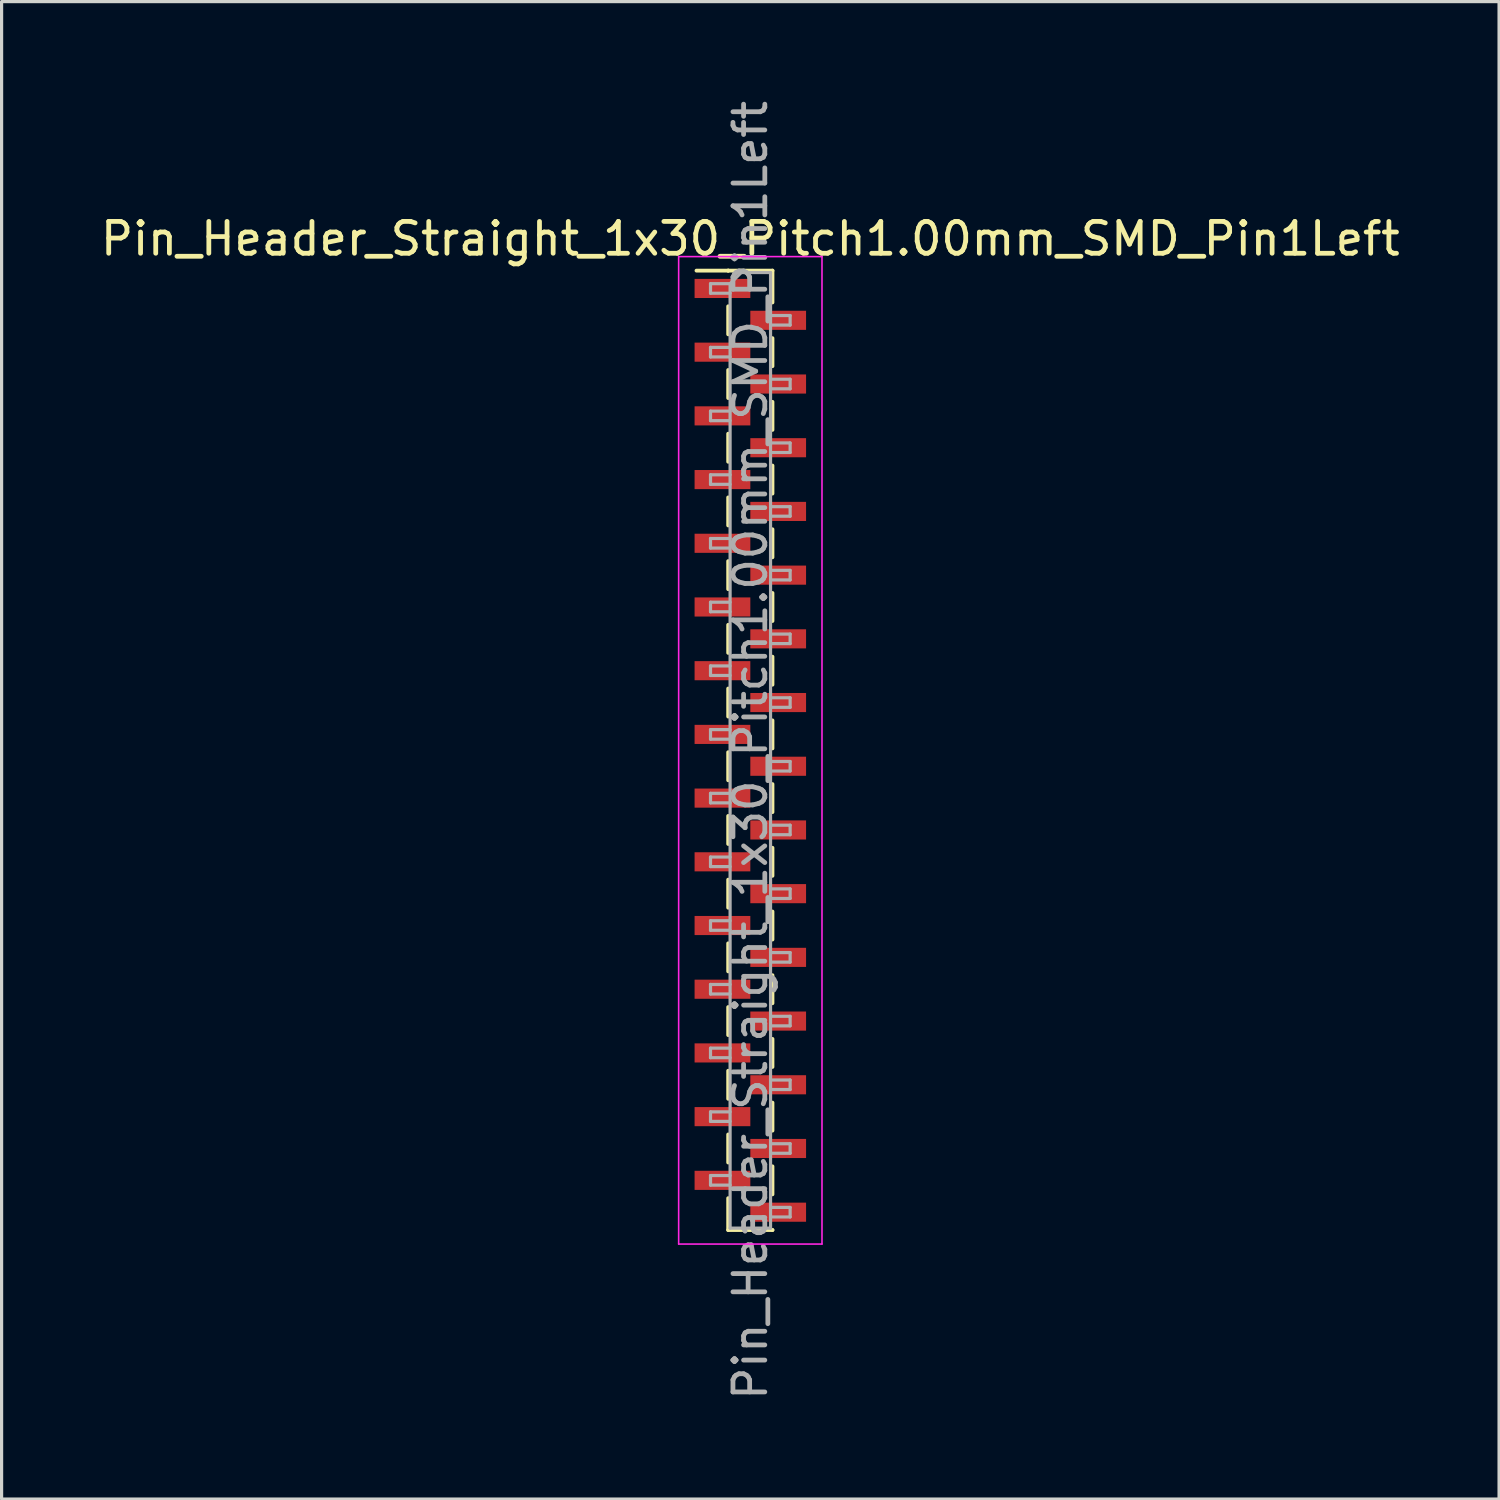
<source format=kicad_pcb>
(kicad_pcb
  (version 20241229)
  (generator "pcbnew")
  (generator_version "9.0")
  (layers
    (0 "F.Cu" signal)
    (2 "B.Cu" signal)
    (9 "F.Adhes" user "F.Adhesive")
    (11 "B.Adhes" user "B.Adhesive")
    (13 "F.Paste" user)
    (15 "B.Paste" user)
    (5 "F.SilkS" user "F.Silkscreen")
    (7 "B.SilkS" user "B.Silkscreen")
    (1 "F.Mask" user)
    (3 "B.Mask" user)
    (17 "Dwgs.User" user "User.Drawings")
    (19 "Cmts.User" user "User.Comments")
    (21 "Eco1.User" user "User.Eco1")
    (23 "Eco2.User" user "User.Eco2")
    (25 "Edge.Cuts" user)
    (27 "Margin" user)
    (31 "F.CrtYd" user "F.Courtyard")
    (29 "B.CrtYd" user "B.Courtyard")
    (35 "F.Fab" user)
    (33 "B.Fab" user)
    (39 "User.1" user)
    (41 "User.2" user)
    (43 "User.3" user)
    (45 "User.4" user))
  (footprint "Pin_Header_Straight_1x30_Pitch1.00mm_SMD_Pin1Left"
    (layer "F.Cu")
    (at 20.506 20.506)
    (property "Reference" "Pin_Header_Straight_1x30_Pitch1.00mm_SMD_Pin1Left" (at 0 -16.06 0) (layer "F.SilkS") (effects (font (size 1 1) (thickness 0.15))))
    (attr smd)
    (fp_line (start -0.695 -15.06) (end -1.69 -15.06) (stroke (width 0.12) (type solid)) (layer "F.SilkS"))
    (fp_line (start -0.695 -15.06) (end -0.695 -15.06) (stroke (width 0.12) (type solid)) (layer "F.SilkS"))
    (fp_line (start -0.695 -15.06) (end 0.695 -15.06) (stroke (width 0.12) (type solid)) (layer "F.SilkS"))
    (fp_line (start -0.695 -13.94) (end -0.695 -13.06) (stroke (width 0.12) (type solid)) (layer "F.SilkS"))
    (fp_line (start -0.695 -11.94) (end -0.695 -11.06) (stroke (width 0.12) (type solid)) (layer "F.SilkS"))
    (fp_line (start -0.695 -9.94) (end -0.695 -9.06) (stroke (width 0.12) (type solid)) (layer "F.SilkS"))
    (fp_line (start -0.695 -7.94) (end -0.695 -7.06) (stroke (width 0.12) (type solid)) (layer "F.SilkS"))
    (fp_line (start -0.695 -5.94) (end -0.695 -5.06) (stroke (width 0.12) (type solid)) (layer "F.SilkS"))
    (fp_line (start -0.695 -3.94) (end -0.695 -3.06) (stroke (width 0.12) (type solid)) (layer "F.SilkS"))
    (fp_line (start -0.695 -1.94) (end -0.695 -1.06) (stroke (width 0.12) (type solid)) (layer "F.SilkS"))
    (fp_line (start -0.695 0.06) (end -0.695 0.94) (stroke (width 0.12) (type solid)) (layer "F.SilkS"))
    (fp_line (start -0.695 2.06) (end -0.695 2.94) (stroke (width 0.12) (type solid)) (layer "F.SilkS"))
    (fp_line (start -0.695 4.06) (end -0.695 4.94) (stroke (width 0.12) (type solid)) (layer "F.SilkS"))
    (fp_line (start -0.695 6.06) (end -0.695 6.94) (stroke (width 0.12) (type solid)) (layer "F.SilkS"))
    (fp_line (start -0.695 8.06) (end -0.695 8.94) (stroke (width 0.12) (type solid)) (layer "F.SilkS"))
    (fp_line (start -0.695 10.06) (end -0.695 10.94) (stroke (width 0.12) (type solid)) (layer "F.SilkS"))
    (fp_line (start -0.695 12.06) (end -0.695 12.94) (stroke (width 0.12) (type solid)) (layer "F.SilkS"))
    (fp_line (start -0.695 14.06) (end -0.695 15.06) (stroke (width 0.12) (type solid)) (layer "F.SilkS"))
    (fp_line (start -0.695 15.06) (end 0.695 15.06) (stroke (width 0.12) (type solid)) (layer "F.SilkS"))
    (fp_line (start 0.695 -15.06) (end 0.695 -14.06) (stroke (width 0.12) (type solid)) (layer "F.SilkS"))
    (fp_line (start 0.695 -12.94) (end 0.695 -12.06) (stroke (width 0.12) (type solid)) (layer "F.SilkS"))
    (fp_line (start 0.695 -10.94) (end 0.695 -10.06) (stroke (width 0.12) (type solid)) (layer "F.SilkS"))
    (fp_line (start 0.695 -8.94) (end 0.695 -8.06) (stroke (width 0.12) (type solid)) (layer "F.SilkS"))
    (fp_line (start 0.695 -6.94) (end 0.695 -6.06) (stroke (width 0.12) (type solid)) (layer "F.SilkS"))
    (fp_line (start 0.695 -4.94) (end 0.695 -4.06) (stroke (width 0.12) (type solid)) (layer "F.SilkS"))
    (fp_line (start 0.695 -2.94) (end 0.695 -2.06) (stroke (width 0.12) (type solid)) (layer "F.SilkS"))
    (fp_line (start 0.695 -0.94) (end 0.695 -0.06) (stroke (width 0.12) (type solid)) (layer "F.SilkS"))
    (fp_line (start 0.695 1.06) (end 0.695 1.94) (stroke (width 0.12) (type solid)) (layer "F.SilkS"))
    (fp_line (start 0.695 3.06) (end 0.695 3.94) (stroke (width 0.12) (type solid)) (layer "F.SilkS"))
    (fp_line (start 0.695 5.06) (end 0.695 5.94) (stroke (width 0.12) (type solid)) (layer "F.SilkS"))
    (fp_line (start 0.695 7.06) (end 0.695 7.94) (stroke (width 0.12) (type solid)) (layer "F.SilkS"))
    (fp_line (start 0.695 9.06) (end 0.695 9.94) (stroke (width 0.12) (type solid)) (layer "F.SilkS"))
    (fp_line (start 0.695 11.06) (end 0.695 11.94) (stroke (width 0.12) (type solid)) (layer "F.SilkS"))
    (fp_line (start 0.695 13.06) (end 0.695 13.94) (stroke (width 0.12) (type solid)) (layer "F.SilkS"))
    (fp_line (start 0.695 15.06) (end 0.695 15.06) (stroke (width 0.12) (type solid)) (layer "F.SilkS"))
    (fp_line (start -2.25 -15.5) (end -2.25 15.5) (stroke (width 0.05) (type solid)) (layer "F.CrtYd"))
    (fp_line (start -2.25 15.5) (end 2.25 15.5) (stroke (width 0.05) (type solid)) (layer "F.CrtYd"))
    (fp_line (start 2.25 -15.5) (end -2.25 -15.5) (stroke (width 0.05) (type solid)) (layer "F.CrtYd"))
    (fp_line (start 2.25 15.5) (end 2.25 -15.5) (stroke (width 0.05) (type solid)) (layer "F.CrtYd"))
    (fp_line (start -1.25 -14.65) (end -1.25 -14.35) (stroke (width 0.1) (type solid)) (layer "F.Fab"))
    (fp_line (start -1.25 -14.35) (end -0.635 -14.35) (stroke (width 0.1) (type solid)) (layer "F.Fab"))
    (fp_line (start -1.25 -12.65) (end -1.25 -12.35) (stroke (width 0.1) (type solid)) (layer "F.Fab"))
    (fp_line (start -1.25 -12.35) (end -0.635 -12.35) (stroke (width 0.1) (type solid)) (layer "F.Fab"))
    (fp_line (start -1.25 -10.65) (end -1.25 -10.35) (stroke (width 0.1) (type solid)) (layer "F.Fab"))
    (fp_line (start -1.25 -10.35) (end -0.635 -10.35) (stroke (width 0.1) (type solid)) (layer "F.Fab"))
    (fp_line (start -1.25 -8.65) (end -1.25 -8.35) (stroke (width 0.1) (type solid)) (layer "F.Fab"))
    (fp_line (start -1.25 -8.35) (end -0.635 -8.35) (stroke (width 0.1) (type solid)) (layer "F.Fab"))
    (fp_line (start -1.25 -6.65) (end -1.25 -6.35) (stroke (width 0.1) (type solid)) (layer "F.Fab"))
    (fp_line (start -1.25 -6.35) (end -0.635 -6.35) (stroke (width 0.1) (type solid)) (layer "F.Fab"))
    (fp_line (start -1.25 -4.65) (end -1.25 -4.35) (stroke (width 0.1) (type solid)) (layer "F.Fab"))
    (fp_line (start -1.25 -4.35) (end -0.635 -4.35) (stroke (width 0.1) (type solid)) (layer "F.Fab"))
    (fp_line (start -1.25 -2.65) (end -1.25 -2.35) (stroke (width 0.1) (type solid)) (layer "F.Fab"))
    (fp_line (start -1.25 -2.35) (end -0.635 -2.35) (stroke (width 0.1) (type solid)) (layer "F.Fab"))
    (fp_line (start -1.25 -0.65) (end -1.25 -0.35) (stroke (width 0.1) (type solid)) (layer "F.Fab"))
    (fp_line (start -1.25 -0.35) (end -0.635 -0.35) (stroke (width 0.1) (type solid)) (layer "F.Fab"))
    (fp_line (start -1.25 1.35) (end -1.25 1.65) (stroke (width 0.1) (type solid)) (layer "F.Fab"))
    (fp_line (start -1.25 1.65) (end -0.635 1.65) (stroke (width 0.1) (type solid)) (layer "F.Fab"))
    (fp_line (start -1.25 3.35) (end -1.25 3.65) (stroke (width 0.1) (type solid)) (layer "F.Fab"))
    (fp_line (start -1.25 3.65) (end -0.635 3.65) (stroke (width 0.1) (type solid)) (layer "F.Fab"))
    (fp_line (start -1.25 5.35) (end -1.25 5.65) (stroke (width 0.1) (type solid)) (layer "F.Fab"))
    (fp_line (start -1.25 5.65) (end -0.635 5.65) (stroke (width 0.1) (type solid)) (layer "F.Fab"))
    (fp_line (start -1.25 7.35) (end -1.25 7.65) (stroke (width 0.1) (type solid)) (layer "F.Fab"))
    (fp_line (start -1.25 7.65) (end -0.635 7.65) (stroke (width 0.1) (type solid)) (layer "F.Fab"))
    (fp_line (start -1.25 9.35) (end -1.25 9.65) (stroke (width 0.1) (type solid)) (layer "F.Fab"))
    (fp_line (start -1.25 9.65) (end -0.635 9.65) (stroke (width 0.1) (type solid)) (layer "F.Fab"))
    (fp_line (start -1.25 11.35) (end -1.25 11.65) (stroke (width 0.1) (type solid)) (layer "F.Fab"))
    (fp_line (start -1.25 11.65) (end -0.635 11.65) (stroke (width 0.1) (type solid)) (layer "F.Fab"))
    (fp_line (start -1.25 13.35) (end -1.25 13.65) (stroke (width 0.1) (type solid)) (layer "F.Fab"))
    (fp_line (start -1.25 13.65) (end -0.635 13.65) (stroke (width 0.1) (type solid)) (layer "F.Fab"))
    (fp_line (start -0.635 -14.65) (end -1.25 -14.65) (stroke (width 0.1) (type solid)) (layer "F.Fab"))
    (fp_line (start -0.635 -14.65) (end -0.285 -15) (stroke (width 0.1) (type solid)) (layer "F.Fab"))
    (fp_line (start -0.635 -12.65) (end -1.25 -12.65) (stroke (width 0.1) (type solid)) (layer "F.Fab"))
    (fp_line (start -0.635 -10.65) (end -1.25 -10.65) (stroke (width 0.1) (type solid)) (layer "F.Fab"))
    (fp_line (start -0.635 -8.65) (end -1.25 -8.65) (stroke (width 0.1) (type solid)) (layer "F.Fab"))
    (fp_line (start -0.635 -6.65) (end -1.25 -6.65) (stroke (width 0.1) (type solid)) (layer "F.Fab"))
    (fp_line (start -0.635 -4.65) (end -1.25 -4.65) (stroke (width 0.1) (type solid)) (layer "F.Fab"))
    (fp_line (start -0.635 -2.65) (end -1.25 -2.65) (stroke (width 0.1) (type solid)) (layer "F.Fab"))
    (fp_line (start -0.635 -0.65) (end -1.25 -0.65) (stroke (width 0.1) (type solid)) (layer "F.Fab"))
    (fp_line (start -0.635 1.35) (end -1.25 1.35) (stroke (width 0.1) (type solid)) (layer "F.Fab"))
    (fp_line (start -0.635 3.35) (end -1.25 3.35) (stroke (width 0.1) (type solid)) (layer "F.Fab"))
    (fp_line (start -0.635 5.35) (end -1.25 5.35) (stroke (width 0.1) (type solid)) (layer "F.Fab"))
    (fp_line (start -0.635 7.35) (end -1.25 7.35) (stroke (width 0.1) (type solid)) (layer "F.Fab"))
    (fp_line (start -0.635 9.35) (end -1.25 9.35) (stroke (width 0.1) (type solid)) (layer "F.Fab"))
    (fp_line (start -0.635 11.35) (end -1.25 11.35) (stroke (width 0.1) (type solid)) (layer "F.Fab"))
    (fp_line (start -0.635 13.35) (end -1.25 13.35) (stroke (width 0.1) (type solid)) (layer "F.Fab"))
    (fp_line (start -0.635 15) (end -0.635 -14.65) (stroke (width 0.1) (type solid)) (layer "F.Fab"))
    (fp_line (start -0.285 -15) (end 0.635 -15) (stroke (width 0.1) (type solid)) (layer "F.Fab"))
    (fp_line (start 0.635 -15) (end 0.635 15) (stroke (width 0.1) (type solid)) (layer "F.Fab"))
    (fp_line (start 0.635 -13.65) (end 1.25 -13.65) (stroke (width 0.1) (type solid)) (layer "F.Fab"))
    (fp_line (start 0.635 -11.65) (end 1.25 -11.65) (stroke (width 0.1) (type solid)) (layer "F.Fab"))
    (fp_line (start 0.635 -9.65) (end 1.25 -9.65) (stroke (width 0.1) (type solid)) (layer "F.Fab"))
    (fp_line (start 0.635 -7.65) (end 1.25 -7.65) (stroke (width 0.1) (type solid)) (layer "F.Fab"))
    (fp_line (start 0.635 -5.65) (end 1.25 -5.65) (stroke (width 0.1) (type solid)) (layer "F.Fab"))
    (fp_line (start 0.635 -3.65) (end 1.25 -3.65) (stroke (width 0.1) (type solid)) (layer "F.Fab"))
    (fp_line (start 0.635 -1.65) (end 1.25 -1.65) (stroke (width 0.1) (type solid)) (layer "F.Fab"))
    (fp_line (start 0.635 0.35) (end 1.25 0.35) (stroke (width 0.1) (type solid)) (layer "F.Fab"))
    (fp_line (start 0.635 2.35) (end 1.25 2.35) (stroke (width 0.1) (type solid)) (layer "F.Fab"))
    (fp_line (start 0.635 4.35) (end 1.25 4.35) (stroke (width 0.1) (type solid)) (layer "F.Fab"))
    (fp_line (start 0.635 6.35) (end 1.25 6.35) (stroke (width 0.1) (type solid)) (layer "F.Fab"))
    (fp_line (start 0.635 8.35) (end 1.25 8.35) (stroke (width 0.1) (type solid)) (layer "F.Fab"))
    (fp_line (start 0.635 10.35) (end 1.25 10.35) (stroke (width 0.1) (type solid)) (layer "F.Fab"))
    (fp_line (start 0.635 12.35) (end 1.25 12.35) (stroke (width 0.1) (type solid)) (layer "F.Fab"))
    (fp_line (start 0.635 14.35) (end 1.25 14.35) (stroke (width 0.1) (type solid)) (layer "F.Fab"))
    (fp_line (start 0.635 15) (end -0.635 15) (stroke (width 0.1) (type solid)) (layer "F.Fab"))
    (fp_line (start 1.25 -13.65) (end 1.25 -13.35) (stroke (width 0.1) (type solid)) (layer "F.Fab"))
    (fp_line (start 1.25 -13.35) (end 0.635 -13.35) (stroke (width 0.1) (type solid)) (layer "F.Fab"))
    (fp_line (start 1.25 -11.65) (end 1.25 -11.35) (stroke (width 0.1) (type solid)) (layer "F.Fab"))
    (fp_line (start 1.25 -11.35) (end 0.635 -11.35) (stroke (width 0.1) (type solid)) (layer "F.Fab"))
    (fp_line (start 1.25 -9.65) (end 1.25 -9.35) (stroke (width 0.1) (type solid)) (layer "F.Fab"))
    (fp_line (start 1.25 -9.35) (end 0.635 -9.35) (stroke (width 0.1) (type solid)) (layer "F.Fab"))
    (fp_line (start 1.25 -7.65) (end 1.25 -7.35) (stroke (width 0.1) (type solid)) (layer "F.Fab"))
    (fp_line (start 1.25 -7.35) (end 0.635 -7.35) (stroke (width 0.1) (type solid)) (layer "F.Fab"))
    (fp_line (start 1.25 -5.65) (end 1.25 -5.35) (stroke (width 0.1) (type solid)) (layer "F.Fab"))
    (fp_line (start 1.25 -5.35) (end 0.635 -5.35) (stroke (width 0.1) (type solid)) (layer "F.Fab"))
    (fp_line (start 1.25 -3.65) (end 1.25 -3.35) (stroke (width 0.1) (type solid)) (layer "F.Fab"))
    (fp_line (start 1.25 -3.35) (end 0.635 -3.35) (stroke (width 0.1) (type solid)) (layer "F.Fab"))
    (fp_line (start 1.25 -1.65) (end 1.25 -1.35) (stroke (width 0.1) (type solid)) (layer "F.Fab"))
    (fp_line (start 1.25 -1.35) (end 0.635 -1.35) (stroke (width 0.1) (type solid)) (layer "F.Fab"))
    (fp_line (start 1.25 0.35) (end 1.25 0.65) (stroke (width 0.1) (type solid)) (layer "F.Fab"))
    (fp_line (start 1.25 0.65) (end 0.635 0.65) (stroke (width 0.1) (type solid)) (layer "F.Fab"))
    (fp_line (start 1.25 2.35) (end 1.25 2.65) (stroke (width 0.1) (type solid)) (layer "F.Fab"))
    (fp_line (start 1.25 2.65) (end 0.635 2.65) (stroke (width 0.1) (type solid)) (layer "F.Fab"))
    (fp_line (start 1.25 4.35) (end 1.25 4.65) (stroke (width 0.1) (type solid)) (layer "F.Fab"))
    (fp_line (start 1.25 4.65) (end 0.635 4.65) (stroke (width 0.1) (type solid)) (layer "F.Fab"))
    (fp_line (start 1.25 6.35) (end 1.25 6.65) (stroke (width 0.1) (type solid)) (layer "F.Fab"))
    (fp_line (start 1.25 6.65) (end 0.635 6.65) (stroke (width 0.1) (type solid)) (layer "F.Fab"))
    (fp_line (start 1.25 8.35) (end 1.25 8.65) (stroke (width 0.1) (type solid)) (layer "F.Fab"))
    (fp_line (start 1.25 8.65) (end 0.635 8.65) (stroke (width 0.1) (type solid)) (layer "F.Fab"))
    (fp_line (start 1.25 10.35) (end 1.25 10.65) (stroke (width 0.1) (type solid)) (layer "F.Fab"))
    (fp_line (start 1.25 10.65) (end 0.635 10.65) (stroke (width 0.1) (type solid)) (layer "F.Fab"))
    (fp_line (start 1.25 12.35) (end 1.25 12.65) (stroke (width 0.1) (type solid)) (layer "F.Fab"))
    (fp_line (start 1.25 12.65) (end 0.635 12.65) (stroke (width 0.1) (type solid)) (layer "F.Fab"))
    (fp_line (start 1.25 14.35) (end 1.25 14.65) (stroke (width 0.1) (type solid)) (layer "F.Fab"))
    (fp_line (start 1.25 14.65) (end 0.635 14.65) (stroke (width 0.1) (type solid)) (layer "F.Fab"))
    (fp_text user "${REFERENCE}" (at 0 0 90) (layer "F.Fab") (effects (font (size 1 1) (thickness 0.15))))
    (pad "1" smd rect (at -0.875 -14.5) (size 1.75 0.6) (layers "F.Cu" "F.Mask" "F.Paste"))
    (pad "2" smd rect (at 0.875 -13.5) (size 1.75 0.6) (layers "F.Cu" "F.Mask" "F.Paste"))
    (pad "3" smd rect (at -0.875 -12.5) (size 1.75 0.6) (layers "F.Cu" "F.Mask" "F.Paste"))
    (pad "4" smd rect (at 0.875 -11.5) (size 1.75 0.6) (layers "F.Cu" "F.Mask" "F.Paste"))
    (pad "5" smd rect (at -0.875 -10.5) (size 1.75 0.6) (layers "F.Cu" "F.Mask" "F.Paste"))
    (pad "6" smd rect (at 0.875 -9.5) (size 1.75 0.6) (layers "F.Cu" "F.Mask" "F.Paste"))
    (pad "7" smd rect (at -0.875 -8.5) (size 1.75 0.6) (layers "F.Cu" "F.Mask" "F.Paste"))
    (pad "8" smd rect (at 0.875 -7.5) (size 1.75 0.6) (layers "F.Cu" "F.Mask" "F.Paste"))
    (pad "9" smd rect (at -0.875 -6.5) (size 1.75 0.6) (layers "F.Cu" "F.Mask" "F.Paste"))
    (pad "10" smd rect (at 0.875 -5.5) (size 1.75 0.6) (layers "F.Cu" "F.Mask" "F.Paste"))
    (pad "11" smd rect (at -0.875 -4.5) (size 1.75 0.6) (layers "F.Cu" "F.Mask" "F.Paste"))
    (pad "12" smd rect (at 0.875 -3.5) (size 1.75 0.6) (layers "F.Cu" "F.Mask" "F.Paste"))
    (pad "13" smd rect (at -0.875 -2.5) (size 1.75 0.6) (layers "F.Cu" "F.Mask" "F.Paste"))
    (pad "14" smd rect (at 0.875 -1.5) (size 1.75 0.6) (layers "F.Cu" "F.Mask" "F.Paste"))
    (pad "15" smd rect (at -0.875 -0.5) (size 1.75 0.6) (layers "F.Cu" "F.Mask" "F.Paste"))
    (pad "16" smd rect (at 0.875 0.5) (size 1.75 0.6) (layers "F.Cu" "F.Mask" "F.Paste"))
    (pad "17" smd rect (at -0.875 1.5) (size 1.75 0.6) (layers "F.Cu" "F.Mask" "F.Paste"))
    (pad "18" smd rect (at 0.875 2.5) (size 1.75 0.6) (layers "F.Cu" "F.Mask" "F.Paste"))
    (pad "19" smd rect (at -0.875 3.5) (size 1.75 0.6) (layers "F.Cu" "F.Mask" "F.Paste"))
    (pad "20" smd rect (at 0.875 4.5) (size 1.75 0.6) (layers "F.Cu" "F.Mask" "F.Paste"))
    (pad "21" smd rect (at -0.875 5.5) (size 1.75 0.6) (layers "F.Cu" "F.Mask" "F.Paste"))
    (pad "22" smd rect (at 0.875 6.5) (size 1.75 0.6) (layers "F.Cu" "F.Mask" "F.Paste"))
    (pad "23" smd rect (at -0.875 7.5) (size 1.75 0.6) (layers "F.Cu" "F.Mask" "F.Paste"))
    (pad "24" smd rect (at 0.875 8.5) (size 1.75 0.6) (layers "F.Cu" "F.Mask" "F.Paste"))
    (pad "25" smd rect (at -0.875 9.5) (size 1.75 0.6) (layers "F.Cu" "F.Mask" "F.Paste"))
    (pad "26" smd rect (at 0.875 10.5) (size 1.75 0.6) (layers "F.Cu" "F.Mask" "F.Paste"))
    (pad "27" smd rect (at -0.875 11.5) (size 1.75 0.6) (layers "F.Cu" "F.Mask" "F.Paste"))
    (pad "28" smd rect (at 0.875 12.5) (size 1.75 0.6) (layers "F.Cu" "F.Mask" "F.Paste"))
    (pad "29" smd rect (at -0.875 13.5) (size 1.75 0.6) (layers "F.Cu" "F.Mask" "F.Paste"))
    (pad "30" smd rect (at 0.875 14.5) (size 1.75 0.6) (layers "F.Cu" "F.Mask" "F.Paste")))
  (gr_rect
    (start -3 -3)
    (end 44.012 44.012)
    (stroke (width 0.1) (type default))
    (fill no)
    (layer "Edge.Cuts")))
</source>
